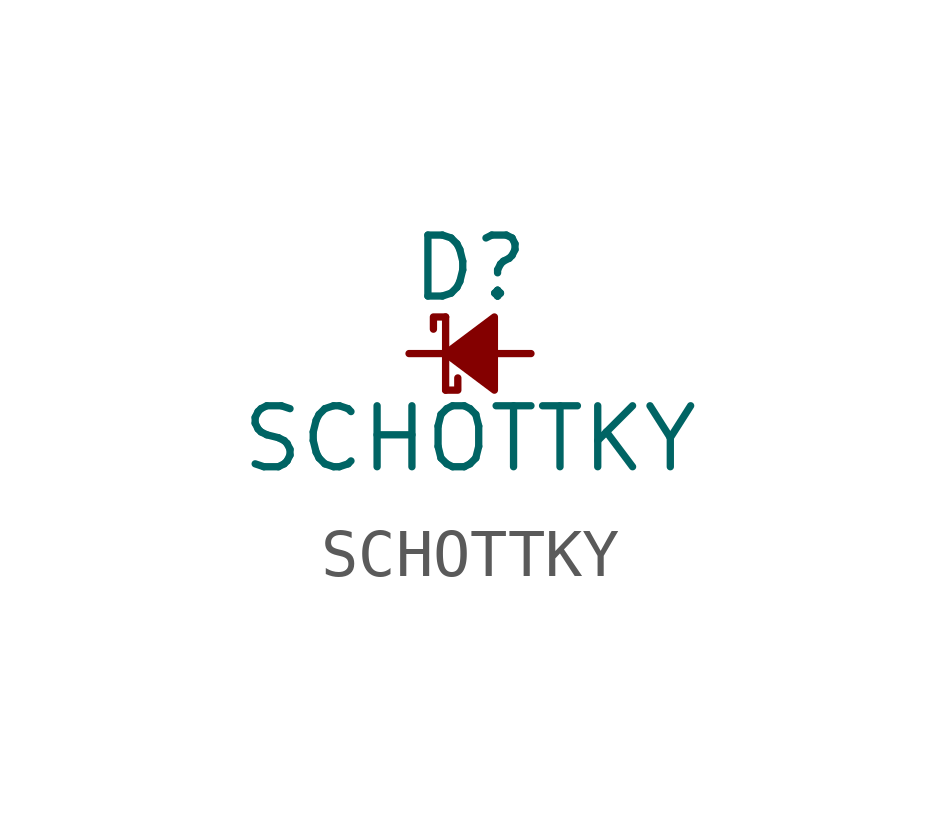
<source format=kicad_sym>
(kicad_symbol_lib
  (version 20211014)
  (generator kicad_symbol_editor)
  (symbol "SCHOTTKY"
    (pin_numbers hide)
    (pin_names
      (offset 1.016) hide)
    (property "Reference" "D"
      (at 1.27 1.778 0)
      (effects (font (size 1.27 1.27))))
    (property "Value" "SCHOTTKY"
      (at 1.27 -1.778 0)
      (effects (font (size 1.27 1.27))))
    (symbol "SCHOTTKY_0_1"
      (polyline (pts (xy 0.762 0.762) (xy 0.762 -0.762)) (stroke (width 0) (type default) (color 0 0 0 0)) (fill (type none)))
      (polyline (pts (xy 0.762 -0.762) (xy 1.016 -0.762) (xy 1.016 -0.508)) (stroke (width 0) (type default) (color 0 0 0 0)) (fill (type none)))
      (polyline (pts (xy 0.762 0.762) (xy 0.508 0.762) (xy 0.508 0.508)) (stroke (width 0) (type default) (color 0 0 0 0)) (fill (type none)))
      (polyline (pts (xy 1.778 0.762) (xy 0.762 0) (xy 1.778 -0.762) (xy 1.778 0.762)) (stroke (width 0) (type default) (color 0 0 0 0)) (fill (type outline))))
    (symbol "SCHOTTKY_1_1"
      (pin passive line (at 0 0 0) (length 0.762) (name "~" (effects (font (size 1.27 1.27)))) (number "1" (effects (font (size 1.27 1.27)))))
      (pin passive line (at 2.54 0 180) (length 0.762) (name "~" (effects (font (size 1.27 1.27)))) (number "2" (effects (font (size 1.27 1.27))))))))
</source>
